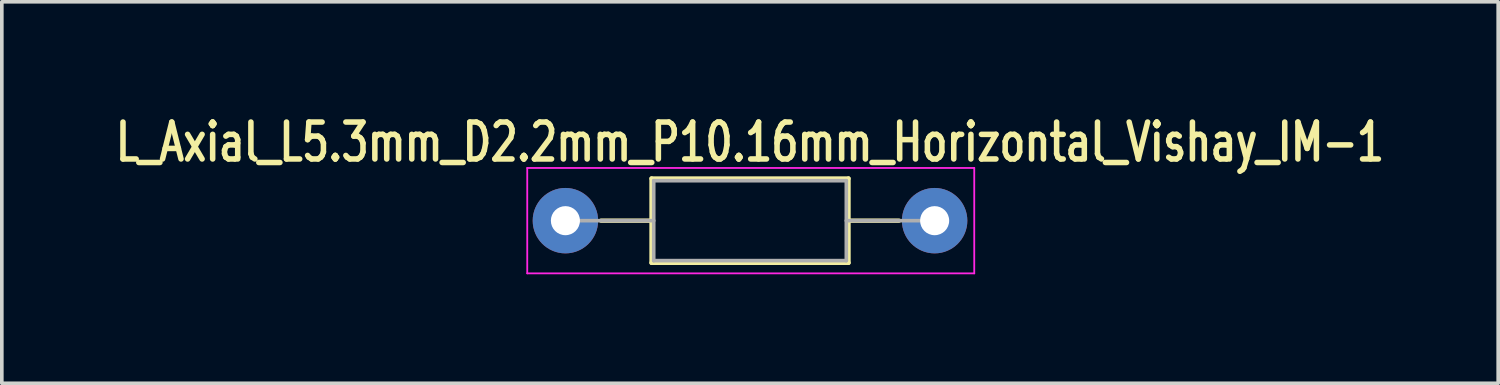
<source format=kicad_pcb>
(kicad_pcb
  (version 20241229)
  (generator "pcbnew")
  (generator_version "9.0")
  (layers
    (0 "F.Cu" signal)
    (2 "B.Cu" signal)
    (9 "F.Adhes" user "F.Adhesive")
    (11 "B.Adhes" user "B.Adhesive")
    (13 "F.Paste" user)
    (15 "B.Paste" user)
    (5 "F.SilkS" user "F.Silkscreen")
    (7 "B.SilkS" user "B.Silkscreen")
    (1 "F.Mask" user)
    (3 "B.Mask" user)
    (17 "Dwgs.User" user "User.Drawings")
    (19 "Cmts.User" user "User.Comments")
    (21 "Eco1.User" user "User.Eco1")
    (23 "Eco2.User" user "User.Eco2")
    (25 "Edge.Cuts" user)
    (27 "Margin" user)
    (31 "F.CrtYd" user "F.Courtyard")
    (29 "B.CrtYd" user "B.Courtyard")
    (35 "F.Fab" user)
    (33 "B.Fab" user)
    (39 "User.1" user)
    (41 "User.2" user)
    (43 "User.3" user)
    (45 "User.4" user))
  (footprint "L_Axial_L5.3mm_D2.2mm_P10.16mm_Horizontal_Vishay_IM-1"
    (layer "F.Cu")
    (at 12.508 3.022)
    (property "Reference" "L_Axial_L5.3mm_D2.2mm_P10.16mm_Horizontal_Vishay_IM-1" (at 5.08 -2.16 0) (layer "F.SilkS") (effects (font (size 1.016 0.762) (thickness 0.152))))
    (attr through_hole)
    (fp_line (start 0.98 0) (end 2.37 0) (stroke (width 0.12) (type solid)) (layer "F.SilkS"))
    (fp_line (start 2.37 -1.16) (end 2.37 1.16) (stroke (width 0.12) (type solid)) (layer "F.SilkS"))
    (fp_line (start 2.37 1.16) (end 7.79 1.16) (stroke (width 0.12) (type solid)) (layer "F.SilkS"))
    (fp_line (start 7.79 -1.16) (end 2.37 -1.16) (stroke (width 0.12) (type solid)) (layer "F.SilkS"))
    (fp_line (start 7.79 1.16) (end 7.79 -1.16) (stroke (width 0.12) (type solid)) (layer "F.SilkS"))
    (fp_line (start 9.18 0) (end 7.79 0) (stroke (width 0.12) (type solid)) (layer "F.SilkS"))
    (fp_line (start -1.05 -1.45) (end -1.05 1.45) (stroke (width 0.05) (type solid)) (layer "F.CrtYd"))
    (fp_line (start -1.05 1.45) (end 11.25 1.45) (stroke (width 0.05) (type solid)) (layer "F.CrtYd"))
    (fp_line (start 11.25 -1.45) (end -1.05 -1.45) (stroke (width 0.05) (type solid)) (layer "F.CrtYd"))
    (fp_line (start 11.25 1.45) (end 11.25 -1.45) (stroke (width 0.05) (type solid)) (layer "F.CrtYd"))
    (fp_line (start 0 0) (end 2.43 0) (stroke (width 0.1) (type solid)) (layer "F.Fab"))
    (fp_line (start 2.43 -1.1) (end 2.43 1.1) (stroke (width 0.1) (type solid)) (layer "F.Fab"))
    (fp_line (start 2.43 1.1) (end 7.73 1.1) (stroke (width 0.1) (type solid)) (layer "F.Fab"))
    (fp_line (start 7.73 -1.1) (end 2.43 -1.1) (stroke (width 0.1) (type solid)) (layer "F.Fab"))
    (fp_line (start 7.73 1.1) (end 7.73 -1.1) (stroke (width 0.1) (type solid)) (layer "F.Fab"))
    (fp_line (start 10.16 0) (end 7.73 0) (stroke (width 0.1) (type solid)) (layer "F.Fab"))
    (pad "1" thru_hole circle (at 0 0) (size 1.8 1.8) (drill 0.8) (layers "*.Cu" "*.Mask"))
    (pad "2" thru_hole circle (at 10.16 0) (size 1.8 1.8) (drill 0.8) (layers "*.Cu" "*.Mask")))
  (gr_rect
    (start -3 -3)
    (end 38.175 7.497)
    (stroke (width 0.1) (type default))
    (fill no)
    (layer "Edge.Cuts")))
</source>
